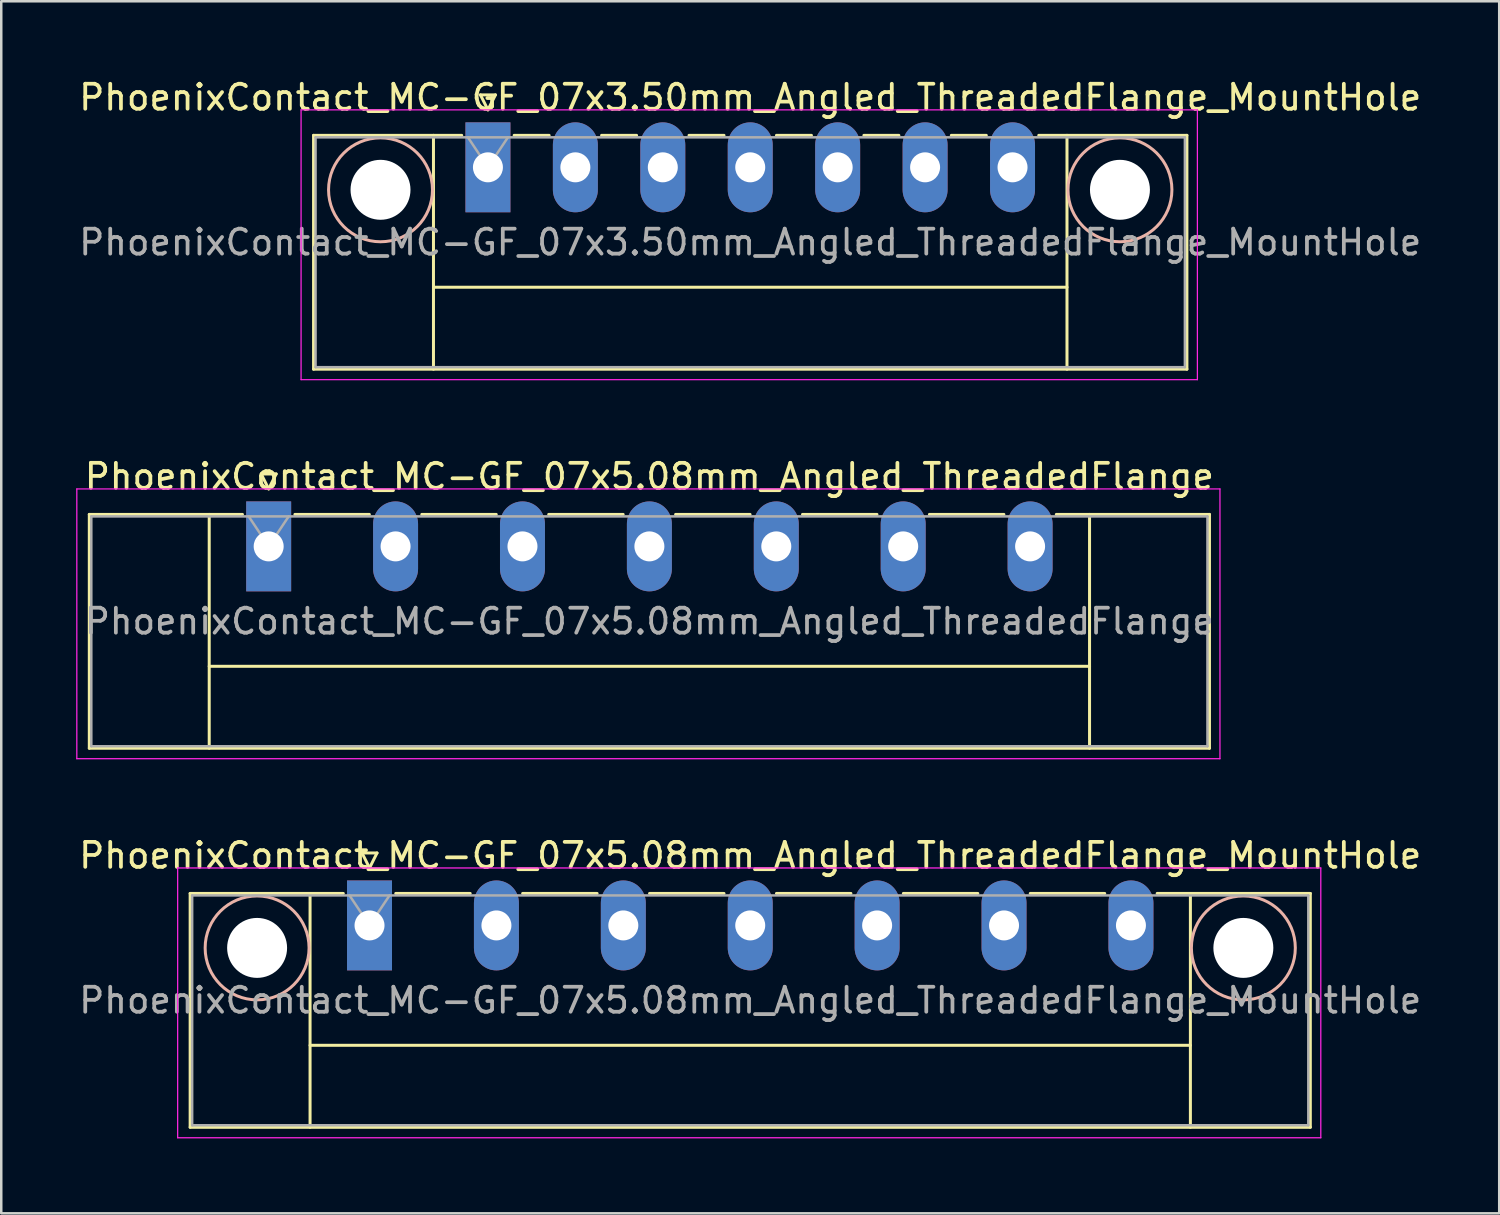
<source format=kicad_pcb>
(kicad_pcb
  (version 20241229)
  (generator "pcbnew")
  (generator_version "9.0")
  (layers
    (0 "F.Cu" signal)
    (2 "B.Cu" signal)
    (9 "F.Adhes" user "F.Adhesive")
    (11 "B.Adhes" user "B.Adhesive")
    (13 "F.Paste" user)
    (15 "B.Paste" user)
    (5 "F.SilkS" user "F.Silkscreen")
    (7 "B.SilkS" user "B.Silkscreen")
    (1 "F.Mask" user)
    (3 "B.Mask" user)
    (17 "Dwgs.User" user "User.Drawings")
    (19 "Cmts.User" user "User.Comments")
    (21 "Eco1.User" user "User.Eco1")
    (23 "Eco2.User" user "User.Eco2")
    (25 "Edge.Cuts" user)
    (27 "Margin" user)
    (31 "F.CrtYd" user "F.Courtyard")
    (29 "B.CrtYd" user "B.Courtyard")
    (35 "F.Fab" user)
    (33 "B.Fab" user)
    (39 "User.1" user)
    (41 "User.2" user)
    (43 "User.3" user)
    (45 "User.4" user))
  (footprint "PhoenixContact_MC-GF_07x5.08mm_Angled_ThreadedFlange"
    (layer "F.Cu")
    (at 7.705 18.822)
    (property "Reference" "PhoenixContact_MC-GF_07x5.08mm_Angled_ThreadedFlange" (at 15.24 -2.8 0) (layer "F.SilkS") (effects (font (size 1 1) (thickness 0.15))))
    (attr through_hole)
    (fp_line (start -7.18 -1.28) (end -7.18 8.08) (stroke (width 0.12) (type solid)) (layer "F.SilkS"))
    (fp_line (start -7.18 -1.28) (end -1.05 -1.28) (stroke (width 0.12) (type solid)) (layer "F.SilkS"))
    (fp_line (start -7.18 8.08) (end 37.66 8.08) (stroke (width 0.12) (type solid)) (layer "F.SilkS"))
    (fp_line (start -2.38 -1.28) (end -2.38 8.08) (stroke (width 0.12) (type solid)) (layer "F.SilkS"))
    (fp_line (start -2.38 4.8) (end 32.86 4.8) (stroke (width 0.12) (type solid)) (layer "F.SilkS"))
    (fp_line (start -0.3 -2.9) (end 0.3 -2.9) (stroke (width 0.12) (type solid)) (layer "F.SilkS"))
    (fp_line (start 0 -2.3) (end -0.3 -2.9) (stroke (width 0.12) (type solid)) (layer "F.SilkS"))
    (fp_line (start 0.3 -2.9) (end 0 -2.3) (stroke (width 0.12) (type solid)) (layer "F.SilkS"))
    (fp_line (start 1.05 -1.28) (end 4.03 -1.28) (stroke (width 0.12) (type solid)) (layer "F.SilkS"))
    (fp_line (start 6.13 -1.28) (end 9.11 -1.28) (stroke (width 0.12) (type solid)) (layer "F.SilkS"))
    (fp_line (start 11.21 -1.28) (end 14.19 -1.28) (stroke (width 0.12) (type solid)) (layer "F.SilkS"))
    (fp_line (start 16.29 -1.28) (end 19.27 -1.28) (stroke (width 0.12) (type solid)) (layer "F.SilkS"))
    (fp_line (start 21.37 -1.28) (end 24.35 -1.28) (stroke (width 0.12) (type solid)) (layer "F.SilkS"))
    (fp_line (start 26.45 -1.28) (end 29.43 -1.28) (stroke (width 0.12) (type solid)) (layer "F.SilkS"))
    (fp_line (start 32.86 -1.28) (end 32.86 8.08) (stroke (width 0.12) (type solid)) (layer "F.SilkS"))
    (fp_line (start 37.66 -1.28) (end 31.53 -1.28) (stroke (width 0.12) (type solid)) (layer "F.SilkS"))
    (fp_line (start 37.66 8.08) (end 37.66 -1.28) (stroke (width 0.12) (type solid)) (layer "F.SilkS"))
    (fp_line (start -7.68 -2.3) (end -7.68 8.5) (stroke (width 0.05) (type solid)) (layer "F.CrtYd"))
    (fp_line (start -7.68 8.5) (end 38.08 8.5) (stroke (width 0.05) (type solid)) (layer "F.CrtYd"))
    (fp_line (start 38.08 -2.3) (end -7.68 -2.3) (stroke (width 0.05) (type solid)) (layer "F.CrtYd"))
    (fp_line (start 38.08 8.5) (end 38.08 -2.3) (stroke (width 0.05) (type solid)) (layer "F.CrtYd"))
    (fp_line (start -7.1 -1.2) (end -7.1 8) (stroke (width 0.1) (type solid)) (layer "F.Fab"))
    (fp_line (start -7.1 8) (end 37.58 8) (stroke (width 0.1) (type solid)) (layer "F.Fab"))
    (fp_line (start 0 0) (end -0.8 -1.2) (stroke (width 0.1) (type solid)) (layer "F.Fab"))
    (fp_line (start 0.8 -1.2) (end 0 0) (stroke (width 0.1) (type solid)) (layer "F.Fab"))
    (fp_line (start 37.58 -1.2) (end -7.1 -1.2) (stroke (width 0.1) (type solid)) (layer "F.Fab"))
    (fp_line (start 37.58 8) (end 37.58 -1.2) (stroke (width 0.1) (type solid)) (layer "F.Fab"))
    (fp_text user "${REFERENCE}" (at 15.24 3 0) (layer "F.Fab") (effects (font (size 1 1) (thickness 0.15))))
    (pad "1" thru_hole rect (at 0 0) (size 1.8 3.6) (drill 1.2) (layers "*.Cu" "*.Mask"))
    (pad "2" thru_hole oval (at 5.08 0) (size 1.8 3.6) (drill 1.2) (layers "*.Cu" "*.Mask"))
    (pad "3" thru_hole oval (at 10.16 0) (size 1.8 3.6) (drill 1.2) (layers "*.Cu" "*.Mask"))
    (pad "4" thru_hole oval (at 15.24 0) (size 1.8 3.6) (drill 1.2) (layers "*.Cu" "*.Mask"))
    (pad "5" thru_hole oval (at 20.32 0) (size 1.8 3.6) (drill 1.2) (layers "*.Cu" "*.Mask"))
    (pad "6" thru_hole oval (at 25.4 0) (size 1.8 3.6) (drill 1.2) (layers "*.Cu" "*.Mask"))
    (pad "7" thru_hole oval (at 30.48 0) (size 1.8 3.6) (drill 1.2) (layers "*.Cu" "*.Mask")))
  (footprint "PhoenixContact_MC-GF_07x3.50mm_Angled_ThreadedFlange_MountHole"
    (layer "F.Cu")
    (at 16.482 3.648)
    (property "Reference" "PhoenixContact_MC-GF_07x3.50mm_Angled_ThreadedFlange_MountHole" (at 10.5 -2.8 0) (layer "F.SilkS") (effects (font (size 1 1) (thickness 0.15))))
    (attr through_hole)
    (fp_line (start -6.98 -1.28) (end -6.98 8.08) (stroke (width 0.12) (type solid)) (layer "F.SilkS"))
    (fp_line (start -6.98 -1.28) (end -1.05 -1.28) (stroke (width 0.12) (type solid)) (layer "F.SilkS"))
    (fp_line (start -6.98 8.08) (end 27.98 8.08) (stroke (width 0.12) (type solid)) (layer "F.SilkS"))
    (fp_line (start -2.18 -1.28) (end -2.18 8.08) (stroke (width 0.12) (type solid)) (layer "F.SilkS"))
    (fp_line (start -2.18 4.8) (end 23.18 4.8) (stroke (width 0.12) (type solid)) (layer "F.SilkS"))
    (fp_line (start -0.3 -2.9) (end 0.3 -2.9) (stroke (width 0.12) (type solid)) (layer "F.SilkS"))
    (fp_line (start 0 -2.3) (end -0.3 -2.9) (stroke (width 0.12) (type solid)) (layer "F.SilkS"))
    (fp_line (start 0.3 -2.9) (end 0 -2.3) (stroke (width 0.12) (type solid)) (layer "F.SilkS"))
    (fp_line (start 1.05 -1.28) (end 2.45 -1.28) (stroke (width 0.12) (type solid)) (layer "F.SilkS"))
    (fp_line (start 4.55 -1.28) (end 5.95 -1.28) (stroke (width 0.12) (type solid)) (layer "F.SilkS"))
    (fp_line (start 8.05 -1.28) (end 9.45 -1.28) (stroke (width 0.12) (type solid)) (layer "F.SilkS"))
    (fp_line (start 11.55 -1.28) (end 12.95 -1.28) (stroke (width 0.12) (type solid)) (layer "F.SilkS"))
    (fp_line (start 15.05 -1.28) (end 16.45 -1.28) (stroke (width 0.12) (type solid)) (layer "F.SilkS"))
    (fp_line (start 18.55 -1.28) (end 19.95 -1.28) (stroke (width 0.12) (type solid)) (layer "F.SilkS"))
    (fp_line (start 23.18 -1.28) (end 23.18 8.08) (stroke (width 0.12) (type solid)) (layer "F.SilkS"))
    (fp_line (start 27.98 -1.28) (end 22.05 -1.28) (stroke (width 0.12) (type solid)) (layer "F.SilkS"))
    (fp_line (start 27.98 8.08) (end 27.98 -1.28) (stroke (width 0.12) (type solid)) (layer "F.SilkS"))
    (fp_circle (center -4.3 0.9) (end -2.22 0.9) (stroke (width 0.12) (type solid)) (fill no) (layer "B.SilkS"))
    (fp_circle (center 25.3 0.9) (end 27.38 0.9) (stroke (width 0.12) (type solid)) (fill no) (layer "B.SilkS"))
    (fp_line (start -7.48 -2.3) (end -7.48 8.5) (stroke (width 0.05) (type solid)) (layer "F.CrtYd"))
    (fp_line (start -7.48 8.5) (end 28.4 8.5) (stroke (width 0.05) (type solid)) (layer "F.CrtYd"))
    (fp_line (start 28.4 -2.3) (end -7.48 -2.3) (stroke (width 0.05) (type solid)) (layer "F.CrtYd"))
    (fp_line (start 28.4 8.5) (end 28.4 -2.3) (stroke (width 0.05) (type solid)) (layer "F.CrtYd"))
    (fp_line (start -6.9 -1.2) (end -6.9 8) (stroke (width 0.1) (type solid)) (layer "F.Fab"))
    (fp_line (start -6.9 8) (end 27.9 8) (stroke (width 0.1) (type solid)) (layer "F.Fab"))
    (fp_line (start 0 0) (end -0.8 -1.2) (stroke (width 0.1) (type solid)) (layer "F.Fab"))
    (fp_line (start 0.8 -1.2) (end 0 0) (stroke (width 0.1) (type solid)) (layer "F.Fab"))
    (fp_line (start 27.9 -1.2) (end -6.9 -1.2) (stroke (width 0.1) (type solid)) (layer "F.Fab"))
    (fp_line (start 27.9 8) (end 27.9 -1.2) (stroke (width 0.1) (type solid)) (layer "F.Fab"))
    (fp_text user "${REFERENCE}" (at 10.5 3 0) (layer "F.Fab") (effects (font (size 1 1) (thickness 0.15))))
    (pad "" np_thru_hole circle (at -4.3 0.9) (size 2.4 2.4) (drill 2.4) (layers "*.Cu" "*.Mask"))
    (pad "" np_thru_hole circle (at 25.3 0.9) (size 2.4 2.4) (drill 2.4) (layers "*.Cu" "*.Mask"))
    (pad "1" thru_hole rect (at 0 0) (size 1.8 3.6) (drill 1.2) (layers "*.Cu" "*.Mask"))
    (pad "2" thru_hole oval (at 3.5 0) (size 1.8 3.6) (drill 1.2) (layers "*.Cu" "*.Mask"))
    (pad "3" thru_hole oval (at 7 0) (size 1.8 3.6) (drill 1.2) (layers "*.Cu" "*.Mask"))
    (pad "4" thru_hole oval (at 10.5 0) (size 1.8 3.6) (drill 1.2) (layers "*.Cu" "*.Mask"))
    (pad "5" thru_hole oval (at 14 0) (size 1.8 3.6) (drill 1.2) (layers "*.Cu" "*.Mask"))
    (pad "6" thru_hole oval (at 17.5 0) (size 1.8 3.6) (drill 1.2) (layers "*.Cu" "*.Mask"))
    (pad "7" thru_hole oval (at 21 0) (size 1.8 3.6) (drill 1.2) (layers "*.Cu" "*.Mask")))
  (footprint "PhoenixContact_MC-GF_07x5.08mm_Angled_ThreadedFlange_MountHole"
    (layer "F.Cu")
    (at 11.742 33.995)
    (property "Reference" "PhoenixContact_MC-GF_07x5.08mm_Angled_ThreadedFlange_MountHole" (at 15.24 -2.8 0) (layer "F.SilkS") (effects (font (size 1 1) (thickness 0.15))))
    (attr through_hole)
    (fp_line (start -7.18 -1.28) (end -7.18 8.08) (stroke (width 0.12) (type solid)) (layer "F.SilkS"))
    (fp_line (start -7.18 -1.28) (end -1.05 -1.28) (stroke (width 0.12) (type solid)) (layer "F.SilkS"))
    (fp_line (start -7.18 8.08) (end 37.66 8.08) (stroke (width 0.12) (type solid)) (layer "F.SilkS"))
    (fp_line (start -2.38 -1.28) (end -2.38 8.08) (stroke (width 0.12) (type solid)) (layer "F.SilkS"))
    (fp_line (start -2.38 4.8) (end 32.86 4.8) (stroke (width 0.12) (type solid)) (layer "F.SilkS"))
    (fp_line (start -0.3 -2.9) (end 0.3 -2.9) (stroke (width 0.12) (type solid)) (layer "F.SilkS"))
    (fp_line (start 0 -2.3) (end -0.3 -2.9) (stroke (width 0.12) (type solid)) (layer "F.SilkS"))
    (fp_line (start 0.3 -2.9) (end 0 -2.3) (stroke (width 0.12) (type solid)) (layer "F.SilkS"))
    (fp_line (start 1.05 -1.28) (end 4.03 -1.28) (stroke (width 0.12) (type solid)) (layer "F.SilkS"))
    (fp_line (start 6.13 -1.28) (end 9.11 -1.28) (stroke (width 0.12) (type solid)) (layer "F.SilkS"))
    (fp_line (start 11.21 -1.28) (end 14.19 -1.28) (stroke (width 0.12) (type solid)) (layer "F.SilkS"))
    (fp_line (start 16.29 -1.28) (end 19.27 -1.28) (stroke (width 0.12) (type solid)) (layer "F.SilkS"))
    (fp_line (start 21.37 -1.28) (end 24.35 -1.28) (stroke (width 0.12) (type solid)) (layer "F.SilkS"))
    (fp_line (start 26.45 -1.28) (end 29.43 -1.28) (stroke (width 0.12) (type solid)) (layer "F.SilkS"))
    (fp_line (start 32.86 -1.28) (end 32.86 8.08) (stroke (width 0.12) (type solid)) (layer "F.SilkS"))
    (fp_line (start 37.66 -1.28) (end 31.53 -1.28) (stroke (width 0.12) (type solid)) (layer "F.SilkS"))
    (fp_line (start 37.66 8.08) (end 37.66 -1.28) (stroke (width 0.12) (type solid)) (layer "F.SilkS"))
    (fp_circle (center -4.5 0.9) (end -2.42 0.9) (stroke (width 0.12) (type solid)) (fill no) (layer "B.SilkS"))
    (fp_circle (center 34.98 0.9) (end 37.06 0.9) (stroke (width 0.12) (type solid)) (fill no) (layer "B.SilkS"))
    (fp_line (start -7.68 -2.3) (end -7.68 8.5) (stroke (width 0.05) (type solid)) (layer "F.CrtYd"))
    (fp_line (start -7.68 8.5) (end 38.08 8.5) (stroke (width 0.05) (type solid)) (layer "F.CrtYd"))
    (fp_line (start 38.08 -2.3) (end -7.68 -2.3) (stroke (width 0.05) (type solid)) (layer "F.CrtYd"))
    (fp_line (start 38.08 8.5) (end 38.08 -2.3) (stroke (width 0.05) (type solid)) (layer "F.CrtYd"))
    (fp_line (start -7.1 -1.2) (end -7.1 8) (stroke (width 0.1) (type solid)) (layer "F.Fab"))
    (fp_line (start -7.1 8) (end 37.58 8) (stroke (width 0.1) (type solid)) (layer "F.Fab"))
    (fp_line (start 0 0) (end -0.8 -1.2) (stroke (width 0.1) (type solid)) (layer "F.Fab"))
    (fp_line (start 0.8 -1.2) (end 0 0) (stroke (width 0.1) (type solid)) (layer "F.Fab"))
    (fp_line (start 37.58 -1.2) (end -7.1 -1.2) (stroke (width 0.1) (type solid)) (layer "F.Fab"))
    (fp_line (start 37.58 8) (end 37.58 -1.2) (stroke (width 0.1) (type solid)) (layer "F.Fab"))
    (fp_text user "${REFERENCE}" (at 15.24 3 0) (layer "F.Fab") (effects (font (size 1 1) (thickness 0.15))))
    (pad "" np_thru_hole circle (at -4.5 0.9) (size 2.4 2.4) (drill 2.4) (layers "*.Cu" "*.Mask"))
    (pad "" np_thru_hole circle (at 34.98 0.9) (size 2.4 2.4) (drill 2.4) (layers "*.Cu" "*.Mask"))
    (pad "1" thru_hole rect (at 0 0) (size 1.8 3.6) (drill 1.2) (layers "*.Cu" "*.Mask"))
    (pad "2" thru_hole oval (at 5.08 0) (size 1.8 3.6) (drill 1.2) (layers "*.Cu" "*.Mask"))
    (pad "3" thru_hole oval (at 10.16 0) (size 1.8 3.6) (drill 1.2) (layers "*.Cu" "*.Mask"))
    (pad "4" thru_hole oval (at 15.24 0) (size 1.8 3.6) (drill 1.2) (layers "*.Cu" "*.Mask"))
    (pad "5" thru_hole oval (at 20.32 0) (size 1.8 3.6) (drill 1.2) (layers "*.Cu" "*.Mask"))
    (pad "6" thru_hole oval (at 25.4 0) (size 1.8 3.6) (drill 1.2) (layers "*.Cu" "*.Mask"))
    (pad "7" thru_hole oval (at 30.48 0) (size 1.8 3.6) (drill 1.2) (layers "*.Cu" "*.Mask")))
  (gr_rect
    (start -3 -3)
    (end 56.964 45.52)
    (stroke (width 0.1) (type default))
    (fill no)
    (layer "Edge.Cuts")))
</source>
